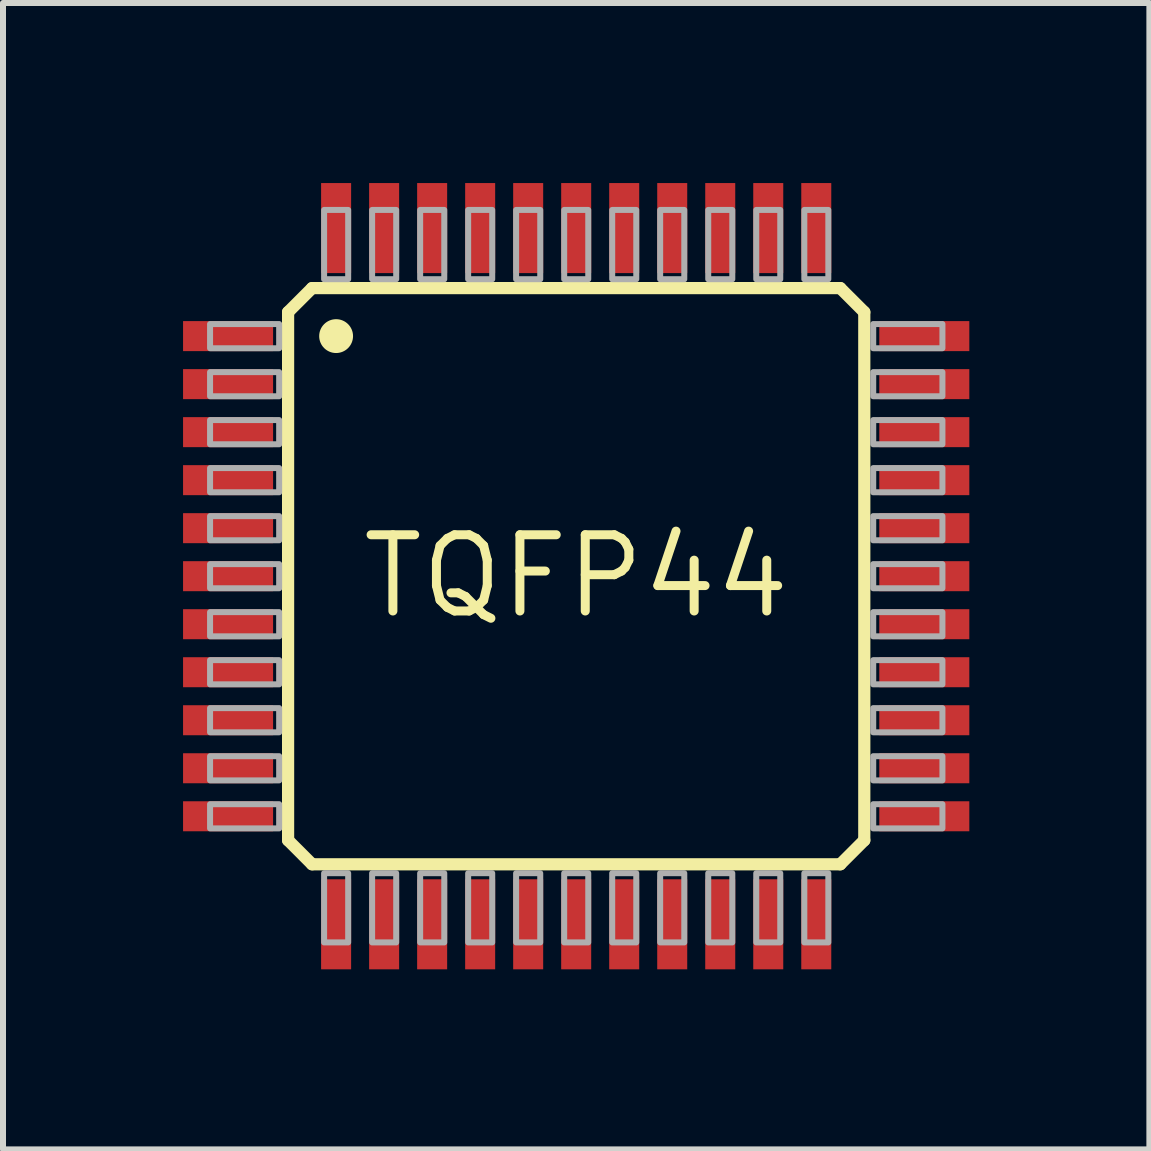
<source format=kicad_pcb>
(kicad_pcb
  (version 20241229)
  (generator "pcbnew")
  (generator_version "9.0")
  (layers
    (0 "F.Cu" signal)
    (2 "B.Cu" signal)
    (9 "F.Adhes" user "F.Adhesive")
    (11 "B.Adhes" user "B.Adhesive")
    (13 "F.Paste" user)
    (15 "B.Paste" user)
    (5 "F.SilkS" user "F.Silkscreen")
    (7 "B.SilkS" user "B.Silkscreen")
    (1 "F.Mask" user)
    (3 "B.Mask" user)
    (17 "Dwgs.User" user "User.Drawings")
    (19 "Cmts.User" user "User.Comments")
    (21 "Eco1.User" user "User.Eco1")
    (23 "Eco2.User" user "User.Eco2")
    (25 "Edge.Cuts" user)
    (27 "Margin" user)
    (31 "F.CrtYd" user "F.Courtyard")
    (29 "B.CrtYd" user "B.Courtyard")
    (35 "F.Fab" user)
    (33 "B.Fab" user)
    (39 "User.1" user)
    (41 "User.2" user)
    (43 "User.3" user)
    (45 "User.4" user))
  (footprint "TQFP44"
    (layer "F.Cu")
    (at 6.55 6.55)
    (property "Reference" "TQFP44" (at 0 0 0) (layer "F.SilkS") (effects (font (size 1.27 1.27) (thickness 0.15))))
    (fp_line (start -4.8 -4.4) (end -4.4 -4.8) (stroke (width 0.203) (type solid)) (layer "F.SilkS"))
    (fp_line (start -4.8 4.4) (end -4.8 -4.4) (stroke (width 0.203) (type solid)) (layer "F.SilkS"))
    (fp_line (start -4.4 -4.8) (end 4.4 -4.8) (stroke (width 0.203) (type solid)) (layer "F.SilkS"))
    (fp_line (start -4.4 4.8) (end -4.8 4.4) (stroke (width 0.203) (type solid)) (layer "F.SilkS"))
    (fp_line (start 4.4 -4.8) (end 4.8 -4.4) (stroke (width 0.203) (type solid)) (layer "F.SilkS"))
    (fp_line (start 4.4 4.8) (end -4.4 4.8) (stroke (width 0.203) (type solid)) (layer "F.SilkS"))
    (fp_line (start 4.8 -4.4) (end 4.8 4.4) (stroke (width 0.203) (type solid)) (layer "F.SilkS"))
    (fp_line (start 4.8 4.4) (end 4.4 4.8) (stroke (width 0.203) (type solid)) (layer "F.SilkS"))
    (fp_circle (center -4 -4) (end -3.859 -4) (stroke (width 0.282) (type solid)) (fill yes) (layer "F.SilkS"))
    (fp_poly (pts (xy -4.949 -3.798) (xy -6.1 -3.798) (xy -6.1 -4.201) (xy -4.949 -4.201)) (stroke (width 0.1) (type default)) (fill no) (layer "F.Fab"))
    (fp_poly (pts (xy -4.949 -2.998) (xy -6.1 -2.998) (xy -6.1 -3.4) (xy -4.949 -3.4)) (stroke (width 0.1) (type default)) (fill no) (layer "F.Fab"))
    (fp_poly (pts (xy -4.949 -2.198) (xy -6.1 -2.198) (xy -6.1 -2.601) (xy -4.949 -2.601)) (stroke (width 0.1) (type default)) (fill no) (layer "F.Fab"))
    (fp_poly (pts (xy -4.949 -1.398) (xy -6.1 -1.398) (xy -6.1 -1.801) (xy -4.949 -1.801)) (stroke (width 0.1) (type default)) (fill no) (layer "F.Fab"))
    (fp_poly (pts (xy -4.949 -0.598) (xy -6.1 -0.598) (xy -6.1 -1.001) (xy -4.949 -1.001)) (stroke (width 0.1) (type default)) (fill no) (layer "F.Fab"))
    (fp_poly (pts (xy -4.949 0.201) (xy -6.1 0.201) (xy -6.1 -0.201) (xy -4.949 -0.201)) (stroke (width 0.1) (type default)) (fill no) (layer "F.Fab"))
    (fp_poly (pts (xy -4.949 1.002) (xy -6.1 1.002) (xy -6.1 0.599) (xy -4.949 0.599)) (stroke (width 0.1) (type default)) (fill no) (layer "F.Fab"))
    (fp_poly (pts (xy -4.949 1.802) (xy -6.1 1.802) (xy -6.1 1.399) (xy -4.949 1.399)) (stroke (width 0.1) (type default)) (fill no) (layer "F.Fab"))
    (fp_poly (pts (xy -4.949 2.601) (xy -6.1 2.601) (xy -6.1 2.198) (xy -4.949 2.198)) (stroke (width 0.1) (type default)) (fill no) (layer "F.Fab"))
    (fp_poly (pts (xy -4.949 3.402) (xy -6.1 3.402) (xy -6.1 2.999) (xy -4.949 2.999)) (stroke (width 0.1) (type default)) (fill no) (layer "F.Fab"))
    (fp_poly (pts (xy -4.949 4.202) (xy -6.1 4.202) (xy -6.1 3.799) (xy -4.949 3.799)) (stroke (width 0.1) (type default)) (fill no) (layer "F.Fab"))
    (fp_poly (pts (xy -3.799 -4.948) (xy -4.2 -4.948) (xy -4.2 -6.102) (xy -3.799 -6.102)) (stroke (width 0.1) (type default)) (fill no) (layer "F.Fab"))
    (fp_poly (pts (xy -3.799 6.102) (xy -4.2 6.102) (xy -4.2 4.949) (xy -3.799 4.949)) (stroke (width 0.1) (type default)) (fill no) (layer "F.Fab"))
    (fp_poly (pts (xy -2.999 -4.948) (xy -3.4 -4.948) (xy -3.4 -6.102) (xy -2.999 -6.102)) (stroke (width 0.1) (type default)) (fill no) (layer "F.Fab"))
    (fp_poly (pts (xy -2.999 6.102) (xy -3.4 6.102) (xy -3.4 4.949) (xy -2.999 4.949)) (stroke (width 0.1) (type default)) (fill no) (layer "F.Fab"))
    (fp_poly (pts (xy -2.198 -4.948) (xy -2.6 -4.948) (xy -2.6 -6.102) (xy -2.198 -6.102)) (stroke (width 0.1) (type default)) (fill no) (layer "F.Fab"))
    (fp_poly (pts (xy -2.198 6.102) (xy -2.6 6.102) (xy -2.6 4.949) (xy -2.198 4.949)) (stroke (width 0.1) (type default)) (fill no) (layer "F.Fab"))
    (fp_poly (pts (xy -1.399 -4.948) (xy -1.8 -4.948) (xy -1.8 -6.102) (xy -1.399 -6.102)) (stroke (width 0.1) (type default)) (fill no) (layer "F.Fab"))
    (fp_poly (pts (xy -1.399 6.102) (xy -1.8 6.102) (xy -1.8 4.949) (xy -1.399 4.949)) (stroke (width 0.1) (type default)) (fill no) (layer "F.Fab"))
    (fp_poly (pts (xy -0.599 -4.948) (xy -1.001 -4.948) (xy -1.001 -6.102) (xy -0.599 -6.102)) (stroke (width 0.1) (type default)) (fill no) (layer "F.Fab"))
    (fp_poly (pts (xy -0.599 6.102) (xy -1.001 6.102) (xy -1.001 4.949) (xy -0.599 4.949)) (stroke (width 0.1) (type default)) (fill no) (layer "F.Fab"))
    (fp_poly (pts (xy 0.201 -4.948) (xy -0.2 -4.948) (xy -0.2 -6.102) (xy 0.201 -6.102)) (stroke (width 0.1) (type default)) (fill no) (layer "F.Fab"))
    (fp_poly (pts (xy 0.201 6.102) (xy -0.2 6.102) (xy -0.2 4.949) (xy 0.201 4.949)) (stroke (width 0.1) (type default)) (fill no) (layer "F.Fab"))
    (fp_poly (pts (xy 1.001 -4.948) (xy 0.6 -4.948) (xy 0.6 -6.102) (xy 1.001 -6.102)) (stroke (width 0.1) (type default)) (fill no) (layer "F.Fab"))
    (fp_poly (pts (xy 1.001 6.102) (xy 0.6 6.102) (xy 0.6 4.949) (xy 1.001 4.949)) (stroke (width 0.1) (type default)) (fill no) (layer "F.Fab"))
    (fp_poly (pts (xy 1.801 -4.948) (xy 1.399 -4.948) (xy 1.399 -6.102) (xy 1.801 -6.102)) (stroke (width 0.1) (type default)) (fill no) (layer "F.Fab"))
    (fp_poly (pts (xy 1.801 6.102) (xy 1.399 6.102) (xy 1.399 4.949) (xy 1.801 4.949)) (stroke (width 0.1) (type default)) (fill no) (layer "F.Fab"))
    (fp_poly (pts (xy 2.601 -4.948) (xy 2.2 -4.948) (xy 2.2 -6.102) (xy 2.601 -6.102)) (stroke (width 0.1) (type default)) (fill no) (layer "F.Fab"))
    (fp_poly (pts (xy 2.601 6.102) (xy 2.2 6.102) (xy 2.2 4.949) (xy 2.601 4.949)) (stroke (width 0.1) (type default)) (fill no) (layer "F.Fab"))
    (fp_poly (pts (xy 3.4 -4.948) (xy 3 -4.948) (xy 3 -6.102) (xy 3.4 -6.102)) (stroke (width 0.1) (type default)) (fill no) (layer "F.Fab"))
    (fp_poly (pts (xy 3.4 6.102) (xy 3 6.102) (xy 3 4.949) (xy 3.4 4.949)) (stroke (width 0.1) (type default)) (fill no) (layer "F.Fab"))
    (fp_poly (pts (xy 4.201 -4.948) (xy 3.801 -4.948) (xy 3.801 -6.102) (xy 4.201 -6.102)) (stroke (width 0.1) (type default)) (fill no) (layer "F.Fab"))
    (fp_poly (pts (xy 4.201 6.102) (xy 3.801 6.102) (xy 3.801 4.949) (xy 4.201 4.949)) (stroke (width 0.1) (type default)) (fill no) (layer "F.Fab"))
    (fp_poly (pts (xy 6.102 -3.798) (xy 4.949 -3.798) (xy 4.949 -4.201) (xy 6.102 -4.201)) (stroke (width 0.1) (type default)) (fill no) (layer "F.Fab"))
    (fp_poly (pts (xy 6.102 -2.998) (xy 4.949 -2.998) (xy 4.949 -3.4) (xy 6.102 -3.4)) (stroke (width 0.1) (type default)) (fill no) (layer "F.Fab"))
    (fp_poly (pts (xy 6.102 -2.198) (xy 4.949 -2.198) (xy 4.949 -2.601) (xy 6.102 -2.601)) (stroke (width 0.1) (type default)) (fill no) (layer "F.Fab"))
    (fp_poly (pts (xy 6.102 -1.398) (xy 4.949 -1.398) (xy 4.949 -1.801) (xy 6.102 -1.801)) (stroke (width 0.1) (type default)) (fill no) (layer "F.Fab"))
    (fp_poly (pts (xy 6.102 -0.598) (xy 4.949 -0.598) (xy 4.949 -1.001) (xy 6.102 -1.001)) (stroke (width 0.1) (type default)) (fill no) (layer "F.Fab"))
    (fp_poly (pts (xy 6.102 0.201) (xy 4.949 0.201) (xy 4.949 -0.201) (xy 6.102 -0.201)) (stroke (width 0.1) (type default)) (fill no) (layer "F.Fab"))
    (fp_poly (pts (xy 6.102 1.002) (xy 4.949 1.002) (xy 4.949 0.599) (xy 6.102 0.599)) (stroke (width 0.1) (type default)) (fill no) (layer "F.Fab"))
    (fp_poly (pts (xy 6.102 1.802) (xy 4.949 1.802) (xy 4.949 1.399) (xy 6.102 1.399)) (stroke (width 0.1) (type default)) (fill no) (layer "F.Fab"))
    (fp_poly (pts (xy 6.102 2.601) (xy 4.949 2.601) (xy 4.949 2.198) (xy 6.102 2.198)) (stroke (width 0.1) (type default)) (fill no) (layer "F.Fab"))
    (fp_poly (pts (xy 6.102 3.402) (xy 4.949 3.402) (xy 4.949 2.999) (xy 6.102 2.999)) (stroke (width 0.1) (type default)) (fill no) (layer "F.Fab"))
    (fp_poly (pts (xy 6.102 4.202) (xy 4.949 4.202) (xy 4.949 3.799) (xy 6.102 3.799)) (stroke (width 0.1) (type default)) (fill no) (layer "F.Fab"))
    (pad "1" smd rect (at -5.8 -4 7.067899292e-15) (size 1.5 0.5) (layers "F.Cu" "F.Mask" "F.Paste"))
    (pad "2" smd rect (at -5.8 -3.2 7.067899292e-15) (size 1.5 0.5) (layers "F.Cu" "F.Mask" "F.Paste"))
    (pad "3" smd rect (at -5.8 -2.4 7.067899292e-15) (size 1.5 0.5) (layers "F.Cu" "F.Mask" "F.Paste"))
    (pad "4" smd rect (at -5.8 -1.6 7.067899292e-15) (size 1.5 0.5) (layers "F.Cu" "F.Mask" "F.Paste"))
    (pad "5" smd rect (at -5.8 -0.8 7.067899292e-15) (size 1.5 0.5) (layers "F.Cu" "F.Mask" "F.Paste"))
    (pad "6" smd rect (at -5.8 0 7.067899292e-15) (size 1.5 0.5) (layers "F.Cu" "F.Mask" "F.Paste"))
    (pad "7" smd rect (at -5.8 0.8 7.067899292e-15) (size 1.5 0.5) (layers "F.Cu" "F.Mask" "F.Paste"))
    (pad "8" smd rect (at -5.8 1.6 7.067899292e-15) (size 1.5 0.5) (layers "F.Cu" "F.Mask" "F.Paste"))
    (pad "9" smd rect (at -5.8 2.4 7.067899292e-15) (size 1.5 0.5) (layers "F.Cu" "F.Mask" "F.Paste"))
    (pad "10" smd rect (at -5.8 3.2 7.067899292e-15) (size 1.5 0.5) (layers "F.Cu" "F.Mask" "F.Paste"))
    (pad "11" smd rect (at -5.8 4 7.067899292e-15) (size 1.5 0.5) (layers "F.Cu" "F.Mask" "F.Paste"))
    (pad "12" smd rect (at -4 5.8) (size 0.5 1.5) (layers "F.Cu" "F.Mask" "F.Paste"))
    (pad "13" smd rect (at -3.2 5.8) (size 0.5 1.5) (layers "F.Cu" "F.Mask" "F.Paste"))
    (pad "14" smd rect (at -2.4 5.8) (size 0.5 1.5) (layers "F.Cu" "F.Mask" "F.Paste"))
    (pad "15" smd rect (at -1.6 5.8) (size 0.5 1.5) (layers "F.Cu" "F.Mask" "F.Paste"))
    (pad "16" smd rect (at -0.8 5.8) (size 0.5 1.5) (layers "F.Cu" "F.Mask" "F.Paste"))
    (pad "17" smd rect (at 0 5.8) (size 0.5 1.5) (layers "F.Cu" "F.Mask" "F.Paste"))
    (pad "18" smd rect (at 0.8 5.8) (size 0.5 1.5) (layers "F.Cu" "F.Mask" "F.Paste"))
    (pad "19" smd rect (at 1.6 5.8) (size 0.5 1.5) (layers "F.Cu" "F.Mask" "F.Paste"))
    (pad "20" smd rect (at 2.4 5.8) (size 0.5 1.5) (layers "F.Cu" "F.Mask" "F.Paste"))
    (pad "21" smd rect (at 3.2 5.8) (size 0.5 1.5) (layers "F.Cu" "F.Mask" "F.Paste"))
    (pad "22" smd rect (at 4 5.8) (size 0.5 1.5) (layers "F.Cu" "F.Mask" "F.Paste"))
    (pad "23" smd rect (at 5.8 4 7.067899292e-15) (size 1.5 0.5) (layers "F.Cu" "F.Mask" "F.Paste"))
    (pad "24" smd rect (at 5.8 3.2 7.067899292e-15) (size 1.5 0.5) (layers "F.Cu" "F.Mask" "F.Paste"))
    (pad "25" smd rect (at 5.8 2.4 7.067899292e-15) (size 1.5 0.5) (layers "F.Cu" "F.Mask" "F.Paste"))
    (pad "26" smd rect (at 5.8 1.6 7.067899292e-15) (size 1.5 0.5) (layers "F.Cu" "F.Mask" "F.Paste"))
    (pad "27" smd rect (at 5.8 0.8 7.067899292e-15) (size 1.5 0.5) (layers "F.Cu" "F.Mask" "F.Paste"))
    (pad "28" smd rect (at 5.8 0 7.067899292e-15) (size 1.5 0.5) (layers "F.Cu" "F.Mask" "F.Paste"))
    (pad "29" smd rect (at 5.8 -0.8 7.067899292e-15) (size 1.5 0.5) (layers "F.Cu" "F.Mask" "F.Paste"))
    (pad "30" smd rect (at 5.8 -1.6 7.067899292e-15) (size 1.5 0.5) (layers "F.Cu" "F.Mask" "F.Paste"))
    (pad "31" smd rect (at 5.8 -2.4 7.067899292e-15) (size 1.5 0.5) (layers "F.Cu" "F.Mask" "F.Paste"))
    (pad "32" smd rect (at 5.8 -3.2 7.067899292e-15) (size 1.5 0.5) (layers "F.Cu" "F.Mask" "F.Paste"))
    (pad "33" smd rect (at 5.8 -4 7.067899292e-15) (size 1.5 0.5) (layers "F.Cu" "F.Mask" "F.Paste"))
    (pad "34" smd rect (at 4 -5.8) (size 0.5 1.5) (layers "F.Cu" "F.Mask" "F.Paste"))
    (pad "35" smd rect (at 3.2 -5.8) (size 0.5 1.5) (layers "F.Cu" "F.Mask" "F.Paste"))
    (pad "36" smd rect (at 2.4 -5.8) (size 0.5 1.5) (layers "F.Cu" "F.Mask" "F.Paste"))
    (pad "37" smd rect (at 1.6 -5.8) (size 0.5 1.5) (layers "F.Cu" "F.Mask" "F.Paste"))
    (pad "38" smd rect (at 0.8 -5.8) (size 0.5 1.5) (layers "F.Cu" "F.Mask" "F.Paste"))
    (pad "39" smd rect (at 0 -5.8) (size 0.5 1.5) (layers "F.Cu" "F.Mask" "F.Paste"))
    (pad "40" smd rect (at -0.8 -5.8) (size 0.5 1.5) (layers "F.Cu" "F.Mask" "F.Paste"))
    (pad "41" smd rect (at -1.6 -5.8) (size 0.5 1.5) (layers "F.Cu" "F.Mask" "F.Paste"))
    (pad "42" smd rect (at -2.4 -5.8) (size 0.5 1.5) (layers "F.Cu" "F.Mask" "F.Paste"))
    (pad "43" smd rect (at -3.2 -5.8) (size 0.5 1.5) (layers "F.Cu" "F.Mask" "F.Paste"))
    (pad "44" smd rect (at -4 -5.8) (size 0.5 1.5) (layers "F.Cu" "F.Mask" "F.Paste")))
  (gr_rect
    (start -3 -3)
    (end 16.1 16.1)
    (stroke (width 0.1) (type default))
    (fill no)
    (layer "Edge.Cuts")))
</source>
